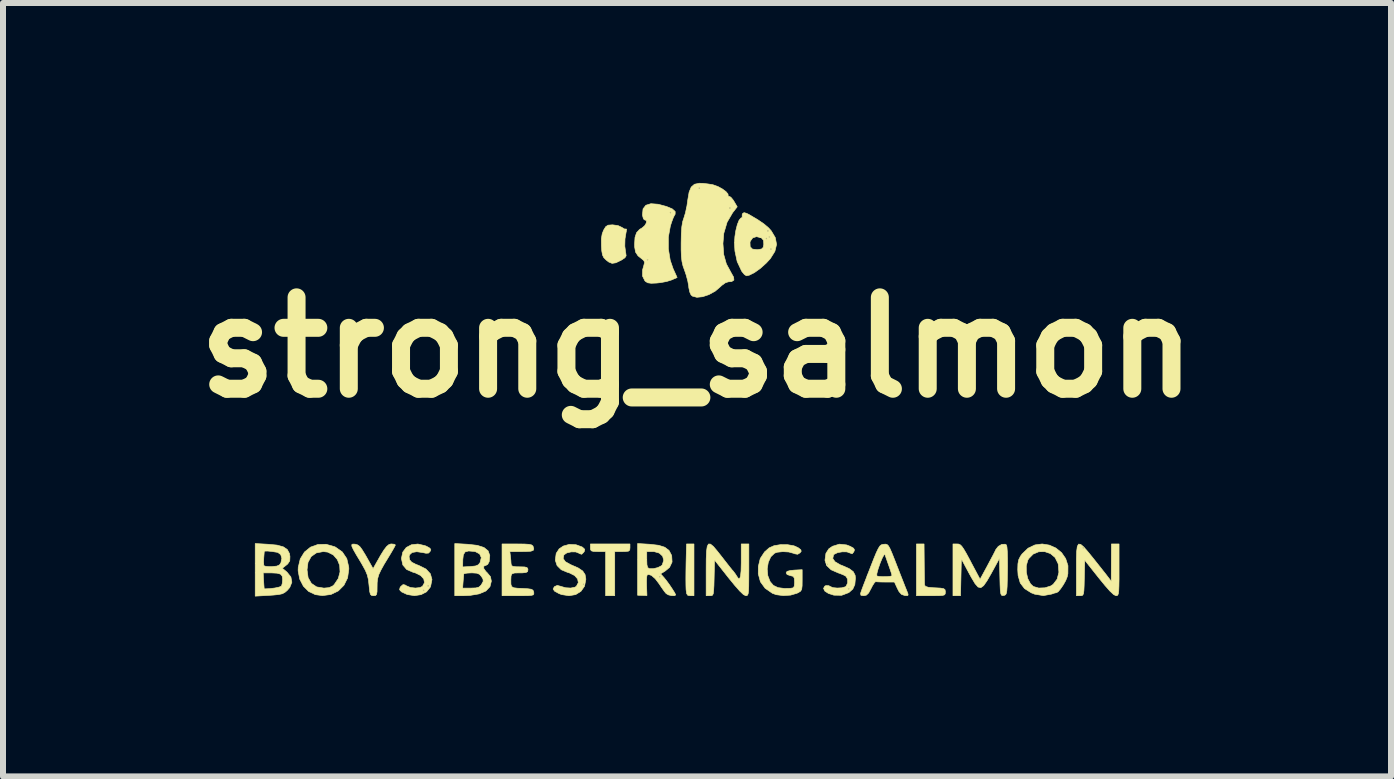
<source format=kicad_pcb>
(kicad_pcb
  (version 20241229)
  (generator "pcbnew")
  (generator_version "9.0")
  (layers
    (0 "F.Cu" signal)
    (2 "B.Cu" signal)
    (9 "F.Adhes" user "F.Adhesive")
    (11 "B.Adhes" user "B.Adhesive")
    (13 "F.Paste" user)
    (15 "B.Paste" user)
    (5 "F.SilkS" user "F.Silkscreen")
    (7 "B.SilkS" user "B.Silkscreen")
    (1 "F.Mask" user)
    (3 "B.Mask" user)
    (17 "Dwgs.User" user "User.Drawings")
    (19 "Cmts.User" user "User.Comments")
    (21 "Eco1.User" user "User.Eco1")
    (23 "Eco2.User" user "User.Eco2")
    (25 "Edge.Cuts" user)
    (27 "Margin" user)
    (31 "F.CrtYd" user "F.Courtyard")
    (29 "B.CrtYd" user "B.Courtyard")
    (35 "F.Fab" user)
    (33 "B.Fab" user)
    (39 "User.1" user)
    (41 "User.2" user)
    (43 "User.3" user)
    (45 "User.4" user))
  (footprint "strong_salmon"
    (layer "F.Cu")
    (at 8.571 2.742)
    (property "Reference" "strong_salmon" (at 0 0 0) (layer "F.SilkS") (effects (font (size 1.524 1.524) (thickness 0.3))))
    (attr through_hole)
    (fp_poly (pts (xy -0.051 4.14) (xy -0.113 4.14) (xy -0.153 4.134) (xy -0.173 4.106) (xy -0.182 4.044) (xy -0.183 4.032) (xy -0.185 3.965) (xy -0.186 3.86) (xy -0.185 3.734) (xy -0.183 3.6) (xy -0.175 3.277) (xy -0.051 3.277) (xy -0.051 4.14)) (stroke (width 0.01) (type solid)) (fill yes) (layer "F.SilkS"))
    (fp_poly (pts (xy -1.118 3.34) (xy -1.122 3.378) (xy -1.143 3.397) (xy -1.194 3.403) (xy -1.245 3.404) (xy -1.372 3.404) (xy -1.372 4.14) (xy -1.524 4.14) (xy -1.524 3.404) (xy -1.651 3.404) (xy -1.726 3.402) (xy -1.764 3.391) (xy -1.777 3.366) (xy -1.778 3.34) (xy -1.778 3.277) (xy -1.118 3.277) (xy -1.118 3.34)) (stroke (width 0.01) (type solid)) (fill yes) (layer "F.SilkS"))
    (fp_poly (pts (xy 3.788 3.6) (xy 3.789 3.726) (xy 3.791 3.836) (xy 3.792 3.918) (xy 3.794 3.961) (xy 3.794 3.962) (xy 3.809 3.984) (xy 3.856 3.999) (xy 3.942 4.007) (xy 3.969 4.008) (xy 4.06 4.013) (xy 4.111 4.022) (xy 4.134 4.038) (xy 4.14 4.067) (xy 4.14 4.078) (xy 4.138 4.107) (xy 4.127 4.125) (xy 4.095 4.135) (xy 4.035 4.139) (xy 3.937 4.14) (xy 3.899 4.14) (xy 3.658 4.14) (xy 3.658 3.277) (xy 3.785 3.277) (xy 3.788 3.6)) (stroke (width 0.01) (type solid)) (fill yes) (layer "F.SilkS"))
    (fp_poly (pts (xy -1.404 -2.043) (xy -1.317 -2.031) (xy -1.253 -2.001) (xy -1.25 -1.999) (xy -1.207 -1.973) (xy -1.182 -1.975) (xy -1.174 -1.968) (xy -1.181 -1.925) (xy -1.183 -1.918) (xy -1.201 -1.809) (xy -1.204 -1.688) (xy -1.19 -1.582) (xy -1.188 -1.573) (xy -1.182 -1.528) (xy -1.202 -1.495) (xy -1.257 -1.458) (xy -1.268 -1.452) (xy -1.353 -1.411) (xy -1.416 -1.401) (xy -1.473 -1.424) (xy -1.515 -1.457) (xy -1.554 -1.496) (xy -1.576 -1.541) (xy -1.588 -1.607) (xy -1.594 -1.692) (xy -1.595 -1.81) (xy -1.581 -1.895) (xy -1.557 -1.956) (xy -1.522 -2.013) (xy -1.483 -2.038) (xy -1.418 -2.043) (xy -1.404 -2.043)) (stroke (width 0.01) (type solid)) (fill yes) (layer "F.SilkS"))
    (fp_poly (pts (xy -6.042 3.323) (xy -6.029 3.329) (xy -5.914 3.41) (xy -5.839 3.522) (xy -5.807 3.661) (xy -5.805 3.694) (xy -5.826 3.843) (xy -5.887 3.966) (xy -5.981 4.06) (xy -6.103 4.119) (xy -6.245 4.138) (xy -6.363 4.122) (xy -6.474 4.07) (xy -6.563 3.981) (xy -6.624 3.863) (xy -6.65 3.729) (xy -6.65 3.708) (xy -6.502 3.708) (xy -6.484 3.839) (xy -6.43 3.934) (xy -6.342 3.993) (xy -6.221 4.013) (xy -6.133 4.005) (xy -6.074 3.977) (xy -6.049 3.954) (xy -5.981 3.853) (xy -5.952 3.743) (xy -5.958 3.634) (xy -5.997 3.537) (xy -6.064 3.46) (xy -6.157 3.413) (xy -6.231 3.404) (xy -6.347 3.426) (xy -6.433 3.487) (xy -6.486 3.584) (xy -6.502 3.708) (xy -6.65 3.708) (xy -6.649 3.669) (xy -6.615 3.526) (xy -6.545 3.412) (xy -6.444 3.33) (xy -6.322 3.286) (xy -6.185 3.282) (xy -6.042 3.323)) (stroke (width 0.01) (type solid)) (fill yes) (layer "F.SilkS"))
    (fp_poly (pts (xy 0.864 3.708) (xy 0.863 3.866) (xy 0.862 3.979) (xy 0.859 4.056) (xy 0.853 4.104) (xy 0.843 4.129) (xy 0.829 4.139) (xy 0.813 4.14) (xy 0.774 4.121) (xy 0.712 4.062) (xy 0.625 3.963) (xy 0.527 3.843) (xy 0.292 3.545) (xy 0.285 3.843) (xy 0.282 3.969) (xy 0.277 4.054) (xy 0.271 4.104) (xy 0.259 4.13) (xy 0.24 4.139) (xy 0.215 4.14) (xy 0.152 4.14) (xy 0.152 3.708) (xy 0.153 3.531) (xy 0.158 3.401) (xy 0.17 3.318) (xy 0.191 3.278) (xy 0.224 3.279) (xy 0.273 3.319) (xy 0.338 3.396) (xy 0.409 3.486) (xy 0.48 3.577) (xy 0.541 3.655) (xy 0.586 3.711) (xy 0.603 3.729) (xy 0.642 3.781) (xy 0.661 3.812) (xy 0.69 3.854) (xy 0.711 3.855) (xy 0.725 3.813) (xy 0.734 3.727) (xy 0.737 3.592) (xy 0.737 3.569) (xy 0.737 3.277) (xy 0.864 3.277) (xy 0.864 3.708)) (stroke (width 0.01) (type solid)) (fill yes) (layer "F.SilkS"))
    (fp_poly (pts (xy -5.045 3.282) (xy -5.029 3.294) (xy -5.042 3.322) (xy -5.075 3.381) (xy -5.123 3.462) (xy -5.14 3.49) (xy -5.218 3.618) (xy -5.271 3.714) (xy -5.306 3.789) (xy -5.325 3.856) (xy -5.333 3.923) (xy -5.334 3.987) (xy -5.335 4.072) (xy -5.343 4.118) (xy -5.361 4.137) (xy -5.394 4.14) (xy -5.425 4.136) (xy -5.445 4.118) (xy -5.457 4.073) (xy -5.466 3.991) (xy -5.469 3.962) (xy -5.479 3.87) (xy -5.498 3.793) (xy -5.53 3.716) (xy -5.583 3.62) (xy -5.611 3.572) (xy -5.683 3.453) (xy -5.73 3.37) (xy -5.754 3.318) (xy -5.757 3.29) (xy -5.741 3.279) (xy -5.708 3.28) (xy -5.699 3.281) (xy -5.66 3.292) (xy -5.623 3.319) (xy -5.583 3.373) (xy -5.529 3.461) (xy -5.513 3.489) (xy -5.401 3.689) (xy -5.348 3.595) (xy -5.275 3.466) (xy -5.219 3.376) (xy -5.175 3.319) (xy -5.138 3.288) (xy -5.104 3.277) (xy -5.093 3.277) (xy -5.045 3.282)) (stroke (width 0.01) (type solid)) (fill yes) (layer "F.SilkS"))
    (fp_poly (pts (xy 7.036 3.708) (xy 7.036 3.866) (xy 7.034 3.979) (xy 7.031 4.056) (xy 7.025 4.104) (xy 7.015 4.129) (xy 7.001 4.139) (xy 6.985 4.14) (xy 6.946 4.121) (xy 6.884 4.063) (xy 6.797 3.964) (xy 6.699 3.844) (xy 6.464 3.548) (xy 6.457 3.844) (xy 6.454 3.97) (xy 6.45 4.054) (xy 6.443 4.105) (xy 6.431 4.13) (xy 6.412 4.139) (xy 6.387 4.14) (xy 6.325 4.14) (xy 6.325 3.708) (xy 6.325 3.53) (xy 6.329 3.4) (xy 6.337 3.34) (xy 6.426 3.34) (xy 6.439 3.353) (xy 6.452 3.34) (xy 6.439 3.327) (xy 6.426 3.34) (xy 6.337 3.34) (xy 6.34 3.317) (xy 6.362 3.279) (xy 6.397 3.284) (xy 6.449 3.329) (xy 6.522 3.413) (xy 6.619 3.533) (xy 6.62 3.534) (xy 6.697 3.631) (xy 6.769 3.722) (xy 6.825 3.793) (xy 6.85 3.826) (xy 6.906 3.899) (xy 6.907 3.588) (xy 6.909 3.277) (xy 7.036 3.277) (xy 7.036 3.708)) (stroke (width 0.01) (type solid)) (fill yes) (layer "F.SilkS"))
    (fp_poly (pts (xy 4.359 3.278) (xy 4.386 3.289) (xy 4.413 3.314) (xy 4.446 3.361) (xy 4.49 3.436) (xy 4.55 3.547) (xy 4.579 3.603) (xy 4.719 3.866) (xy 4.834 3.654) (xy 4.888 3.552) (xy 4.937 3.46) (xy 4.972 3.391) (xy 4.981 3.371) (xy 5.023 3.317) (xy 5.08 3.284) (xy 5.136 3.281) (xy 5.159 3.294) (xy 5.167 3.328) (xy 5.173 3.404) (xy 5.176 3.515) (xy 5.177 3.653) (xy 5.176 3.723) (xy 5.173 3.875) (xy 5.17 3.983) (xy 5.165 4.055) (xy 5.157 4.099) (xy 5.146 4.122) (xy 5.129 4.132) (xy 5.113 4.136) (xy 5.089 4.137) (xy 5.073 4.128) (xy 5.063 4.1) (xy 5.056 4.046) (xy 5.052 3.957) (xy 5.049 3.831) (xy 5.042 3.518) (xy 4.906 3.767) (xy 4.834 3.892) (xy 4.778 3.972) (xy 4.731 4.006) (xy 4.685 3.995) (xy 4.635 3.938) (xy 4.573 3.834) (xy 4.534 3.763) (xy 4.407 3.526) (xy 4.393 4.14) (xy 4.267 4.14) (xy 4.267 3.277) (xy 4.328 3.277) (xy 4.359 3.278)) (stroke (width 0.01) (type solid)) (fill yes) (layer "F.SilkS"))
    (fp_poly (pts (xy -2.881 3.278) (xy -2.803 3.283) (xy -2.758 3.293) (xy -2.737 3.31) (xy -2.733 3.317) (xy -2.722 3.359) (xy -2.731 3.384) (xy -2.771 3.398) (xy -2.847 3.403) (xy -2.919 3.404) (xy -3.121 3.404) (xy -3.112 3.473) (xy -3.104 3.549) (xy -3.101 3.6) (xy -3.095 3.633) (xy -3.072 3.65) (xy -3.019 3.657) (xy -2.959 3.658) (xy -2.878 3.66) (xy -2.836 3.669) (xy -2.821 3.691) (xy -2.819 3.708) (xy -2.825 3.738) (xy -2.852 3.753) (xy -2.91 3.759) (xy -2.959 3.759) (xy -3.041 3.761) (xy -3.084 3.774) (xy -3.101 3.808) (xy -3.104 3.875) (xy -3.104 3.886) (xy -3.103 3.95) (xy -3.091 3.987) (xy -3.058 4.007) (xy -2.993 4.015) (xy -2.915 4.018) (xy -2.819 4.024) (xy -2.763 4.032) (xy -2.735 4.048) (xy -2.724 4.074) (xy -2.722 4.083) (xy -2.721 4.108) (xy -2.73 4.125) (xy -2.76 4.134) (xy -2.818 4.139) (xy -2.913 4.14) (xy -2.983 4.14) (xy -3.251 4.14) (xy -3.251 3.277) (xy -3 3.277) (xy -2.881 3.278)) (stroke (width 0.01) (type solid)) (fill yes) (layer "F.SilkS"))
    (fp_poly (pts (xy 5.873 3.296) (xy 5.983 3.345) (xy 6.077 3.421) (xy 6.146 3.521) (xy 6.184 3.639) (xy 6.183 3.773) (xy 6.172 3.824) (xy 6.147 3.887) (xy 6.107 3.958) (xy 6.062 4.024) (xy 6.021 4.073) (xy 5.992 4.09) (xy 5.99 4.09) (xy 5.963 4.095) (xy 5.91 4.113) (xy 5.774 4.138) (xy 5.629 4.114) (xy 5.573 4.092) (xy 5.461 4.022) (xy 5.389 3.928) (xy 5.353 3.804) (xy 5.347 3.706) (xy 5.349 3.641) (xy 5.489 3.641) (xy 5.49 3.749) (xy 5.514 3.855) (xy 5.56 3.942) (xy 5.607 3.986) (xy 5.696 4.012) (xy 5.8 4.008) (xy 5.898 3.977) (xy 5.938 3.95) (xy 6.004 3.863) (xy 6.033 3.749) (xy 6.023 3.62) (xy 6.018 3.601) (xy 5.969 3.502) (xy 5.891 3.437) (xy 5.797 3.405) (xy 5.697 3.407) (xy 5.604 3.446) (xy 5.53 3.522) (xy 5.515 3.548) (xy 5.489 3.641) (xy 5.349 3.641) (xy 5.35 3.608) (xy 5.363 3.54) (xy 5.392 3.482) (xy 5.42 3.443) (xy 5.52 3.347) (xy 5.634 3.293) (xy 5.754 3.277) (xy 5.873 3.296)) (stroke (width 0.01) (type solid)) (fill yes) (layer "F.SilkS"))
    (fp_poly (pts (xy 1.51 3.289) (xy 1.617 3.308) (xy 1.684 3.338) (xy 1.73 3.373) (xy 1.737 3.399) (xy 1.717 3.425) (xy 1.678 3.449) (xy 1.629 3.441) (xy 1.613 3.434) (xy 1.53 3.411) (xy 1.43 3.405) (xy 1.338 3.415) (xy 1.294 3.43) (xy 1.23 3.491) (xy 1.188 3.583) (xy 1.17 3.693) (xy 1.18 3.806) (xy 1.219 3.905) (xy 1.273 3.968) (xy 1.35 4.005) (xy 1.457 4.019) (xy 1.556 4.017) (xy 1.601 4.009) (xy 1.621 3.983) (xy 1.626 3.923) (xy 1.626 3.913) (xy 1.622 3.848) (xy 1.603 3.817) (xy 1.56 3.806) (xy 1.556 3.805) (xy 1.502 3.787) (xy 1.486 3.759) (xy 1.501 3.734) (xy 1.553 3.72) (xy 1.619 3.713) (xy 1.753 3.706) (xy 1.753 3.882) (xy 1.752 3.975) (xy 1.745 4.031) (xy 1.728 4.063) (xy 1.693 4.086) (xy 1.666 4.099) (xy 1.56 4.13) (xy 1.437 4.138) (xy 1.321 4.123) (xy 1.257 4.1) (xy 1.135 4.015) (xy 1.057 3.908) (xy 1.021 3.775) (xy 1.022 3.653) (xy 1.054 3.52) (xy 1.126 3.41) (xy 1.203 3.342) (xy 1.284 3.306) (xy 1.393 3.288) (xy 1.51 3.289)) (stroke (width 0.01) (type solid)) (fill yes) (layer "F.SilkS"))
    (fp_poly (pts (xy -3.822 3.282) (xy -3.664 3.3) (xy -3.552 3.336) (xy -3.483 3.392) (xy -3.455 3.47) (xy -3.465 3.571) (xy -3.49 3.618) (xy -3.516 3.632) (xy -3.555 3.647) (xy -3.556 3.685) (xy -3.521 3.735) (xy -3.501 3.754) (xy -3.444 3.822) (xy -3.429 3.897) (xy -3.452 3.989) (xy -3.52 4.061) (xy -3.632 4.109) (xy -3.786 4.135) (xy -3.893 4.14) (xy -4.039 4.14) (xy -4.039 4.013) (xy -3.908 4.013) (xy -3.771 4.013) (xy -3.687 4.01) (xy -3.636 3.996) (xy -3.602 3.965) (xy -3.592 3.95) (xy -3.565 3.9) (xy -3.569 3.861) (xy -3.592 3.823) (xy -3.626 3.783) (xy -3.673 3.764) (xy -3.75 3.759) (xy -3.76 3.759) (xy -3.833 3.763) (xy -3.88 3.771) (xy -3.889 3.778) (xy -3.892 3.814) (xy -3.898 3.879) (xy -3.9 3.905) (xy -3.908 4.013) (xy -4.039 4.013) (xy -4.039 3.66) (xy -3.907 3.66) (xy -3.777 3.653) (xy -3.694 3.644) (xy -3.647 3.625) (xy -3.618 3.589) (xy -3.616 3.584) (xy -3.597 3.504) (xy -3.625 3.443) (xy -3.694 3.406) (xy -3.711 3.402) (xy -3.808 3.394) (xy -3.867 3.41) (xy -3.896 3.458) (xy -3.905 3.538) (xy -3.907 3.66) (xy -4.039 3.66) (xy -4.039 3.27) (xy -3.822 3.282)) (stroke (width 0.01) (type solid)) (fill yes) (layer "F.SilkS"))
    (fp_poly (pts (xy -2.017 3.29) (xy -1.918 3.326) (xy -1.907 3.333) (xy -1.872 3.366) (xy -1.878 3.399) (xy -1.89 3.417) (xy -1.923 3.449) (xy -1.956 3.439) (xy -1.964 3.433) (xy -2.021 3.41) (xy -2.098 3.409) (xy -2.171 3.426) (xy -2.219 3.459) (xy -2.22 3.461) (xy -2.232 3.519) (xy -2.195 3.573) (xy -2.107 3.622) (xy -2.095 3.627) (xy -1.979 3.678) (xy -1.906 3.728) (xy -1.867 3.786) (xy -1.854 3.859) (xy -1.854 3.87) (xy -1.876 3.982) (xy -1.935 4.066) (xy -2.023 4.121) (xy -2.134 4.14) (xy -2.257 4.121) (xy -2.302 4.104) (xy -2.375 4.064) (xy -2.399 4.028) (xy -2.379 3.991) (xy -2.374 3.987) (xy -2.33 3.968) (xy -2.273 3.983) (xy -2.271 3.984) (xy -2.191 4.007) (xy -2.106 4.012) (xy -2.036 3.998) (xy -2.012 3.983) (xy -1.994 3.95) (xy -1.905 3.95) (xy -1.892 3.962) (xy -1.88 3.95) (xy -1.892 3.937) (xy -1.905 3.95) (xy -1.994 3.95) (xy -1.979 3.922) (xy -1.991 3.86) (xy -2.042 3.803) (xy -2.127 3.76) (xy -2.161 3.75) (xy -2.263 3.707) (xy -2.333 3.638) (xy -2.362 3.551) (xy -2.362 3.54) (xy -2.348 3.434) (xy -2.299 3.359) (xy -2.23 3.312) (xy -2.13 3.284) (xy -2.017 3.29)) (stroke (width 0.01) (type solid)) (fill yes) (layer "F.SilkS"))
    (fp_poly (pts (xy -0.786 3.282) (xy -0.64 3.299) (xy -0.537 3.332) (xy -0.467 3.385) (xy -0.426 3.463) (xy -0.422 3.477) (xy -0.416 3.578) (xy -0.458 3.667) (xy -0.532 3.729) (xy -0.607 3.775) (xy -0.551 3.837) (xy -0.51 3.888) (xy -0.46 3.956) (xy -0.412 4.028) (xy -0.374 4.088) (xy -0.356 4.124) (xy -0.356 4.127) (xy -0.376 4.14) (xy -0.423 4.139) (xy -0.477 4.126) (xy -0.515 4.104) (xy -0.548 4.064) (xy -0.595 3.997) (xy -0.633 3.94) (xy -0.697 3.856) (xy -0.735 3.823) (xy -0.635 3.823) (xy -0.622 3.835) (xy -0.61 3.823) (xy -0.622 3.81) (xy -0.635 3.823) (xy -0.735 3.823) (xy -0.758 3.802) (xy -0.809 3.785) (xy -0.832 3.795) (xy -0.839 3.826) (xy -0.842 3.893) (xy -0.841 3.973) (xy -0.835 4.137) (xy -0.913 4.135) (xy -0.991 4.132) (xy -0.991 3.404) (xy -0.838 3.404) (xy -0.838 3.541) (xy -0.835 3.625) (xy -0.823 3.67) (xy -0.797 3.688) (xy -0.794 3.689) (xy -0.728 3.689) (xy -0.654 3.671) (xy -0.596 3.642) (xy -0.58 3.626) (xy -0.555 3.549) (xy -0.574 3.48) (xy -0.63 3.429) (xy -0.717 3.404) (xy -0.738 3.404) (xy -0.838 3.404) (xy -0.991 3.404) (xy -0.991 3.27) (xy -0.786 3.282)) (stroke (width 0.01) (type solid)) (fill yes) (layer "F.SilkS"))
    (fp_poly (pts (xy -0.648 -2.387) (xy -0.51 -2.35) (xy -0.412 -2.309) (xy -0.364 -2.265) (xy -0.365 -2.219) (xy -0.376 -2.203) (xy -0.396 -2.163) (xy -0.423 -2.091) (xy -0.445 -2.022) (xy -0.478 -1.839) (xy -0.478 -1.643) (xy -0.447 -1.453) (xy -0.399 -1.313) (xy -0.332 -1.165) (xy -0.426 -1.124) (xy -0.506 -1.099) (xy -0.608 -1.08) (xy -0.673 -1.073) (xy -0.764 -1.069) (xy -0.821 -1.077) (xy -0.858 -1.099) (xy -0.87 -1.111) (xy -0.909 -1.19) (xy -0.908 -1.292) (xy -0.888 -1.363) (xy -0.874 -1.418) (xy -0.89 -1.452) (xy -0.901 -1.46) (xy -0.838 -1.46) (xy -0.826 -1.448) (xy -0.813 -1.46) (xy -0.826 -1.473) (xy -0.838 -1.46) (xy -0.901 -1.46) (xy -0.907 -1.465) (xy -0.984 -1.527) (xy -1.025 -1.589) (xy -1.04 -1.674) (xy -1.041 -1.721) (xy -1.034 -1.835) (xy -1.008 -1.913) (xy -0.957 -1.968) (xy -0.915 -1.993) (xy -0.873 -2.029) (xy -0.847 -2.072) (xy -0.843 -2.11) (xy -0.866 -2.126) (xy -0.875 -2.125) (xy -0.894 -2.145) (xy -0.908 -2.198) (xy -0.91 -2.216) (xy -0.906 -2.248) (xy -0.457 -2.248) (xy -0.445 -2.235) (xy -0.432 -2.248) (xy -0.445 -2.261) (xy -0.457 -2.248) (xy -0.906 -2.248) (xy -0.9 -2.31) (xy -0.853 -2.37) (xy -0.769 -2.396) (xy -0.648 -2.387)) (stroke (width 0.01) (type solid)) (fill yes) (layer "F.SilkS"))
    (fp_poly (pts (xy -7.15 3.282) (xy -7.002 3.296) (xy -6.897 3.325) (xy -6.831 3.37) (xy -6.795 3.437) (xy -6.787 3.486) (xy -6.79 3.558) (xy -6.824 3.61) (xy -6.847 3.629) (xy -6.914 3.682) (xy -6.835 3.748) (xy -6.771 3.828) (xy -6.755 3.915) (xy -6.79 4.002) (xy -6.831 4.05) (xy -6.871 4.084) (xy -6.914 4.107) (xy -6.973 4.12) (xy -7.061 4.129) (xy -7.136 4.134) (xy -7.366 4.147) (xy -7.366 3.759) (xy -7.233 3.759) (xy -7.226 3.893) (xy -7.221 3.967) (xy -7.217 4.015) (xy -7.216 4.026) (xy -7.126 4.022) (xy -7.037 4.011) (xy -6.967 3.996) (xy -6.93 3.98) (xy -6.928 3.979) (xy -6.915 3.934) (xy -6.909 3.87) (xy -6.916 3.814) (xy -6.944 3.78) (xy -7.003 3.764) (xy -7.101 3.759) (xy -7.111 3.759) (xy -7.233 3.759) (xy -7.366 3.759) (xy -7.366 3.597) (xy -7.227 3.597) (xy -7.221 3.639) (xy -7.221 3.64) (xy -7.191 3.65) (xy -7.128 3.655) (xy -7.086 3.654) (xy -7.006 3.646) (xy -6.961 3.626) (xy -6.938 3.592) (xy -6.922 3.517) (xy -6.941 3.454) (xy -6.99 3.418) (xy -6.994 3.417) (xy -7.082 3.403) (xy -7.157 3.395) (xy -7.205 3.396) (xy -7.215 3.402) (xy -7.224 3.515) (xy -7.227 3.597) (xy -7.366 3.597) (xy -7.366 3.27) (xy -7.15 3.282)) (stroke (width 0.01) (type solid)) (fill yes) (layer "F.SilkS"))
    (fp_poly (pts (xy -4.536 3.305) (xy -4.507 3.317) (xy -4.453 3.348) (xy -4.438 3.375) (xy -4.45 3.401) (xy -4.476 3.429) (xy -4.519 3.432) (xy -4.571 3.421) (xy -4.672 3.406) (xy -4.75 3.419) (xy -4.793 3.458) (xy -4.801 3.49) (xy -4.791 3.542) (xy -4.757 3.581) (xy -4.687 3.617) (xy -4.639 3.635) (xy -4.519 3.695) (xy -4.446 3.774) (xy -4.419 3.87) (xy -4.441 3.98) (xy -4.45 4.001) (xy -4.51 4.075) (xy -4.601 4.122) (xy -4.711 4.139) (xy -4.826 4.121) (xy -4.85 4.112) (xy -4.928 4.075) (xy -4.949 4.051) (xy -4.572 4.051) (xy -4.559 4.064) (xy -4.547 4.051) (xy -4.559 4.039) (xy -4.572 4.051) (xy -4.949 4.051) (xy -4.96 4.04) (xy -4.95 4.001) (xy -4.938 3.985) (xy -4.901 3.954) (xy -4.866 3.961) (xy -4.843 3.976) (xy -4.777 4.003) (xy -4.695 4.012) (xy -4.62 4.004) (xy -4.577 3.983) (xy -4.573 3.975) (xy -4.496 3.975) (xy -4.483 3.988) (xy -4.47 3.975) (xy -4.483 3.962) (xy -4.496 3.975) (xy -4.573 3.975) (xy -4.544 3.922) (xy -4.556 3.86) (xy -4.608 3.803) (xy -4.695 3.76) (xy -4.737 3.748) (xy -4.841 3.703) (xy -4.905 3.627) (xy -4.928 3.522) (xy -4.928 3.516) (xy -4.906 3.413) (xy -4.848 3.336) (xy -4.761 3.29) (xy -4.654 3.278) (xy -4.536 3.305)) (stroke (width 0.01) (type solid)) (fill yes) (layer "F.SilkS"))
    (fp_poly (pts (xy 2.493 3.293) (xy 2.555 3.317) (xy 2.61 3.348) (xy 2.625 3.376) (xy 2.614 3.408) (xy 2.586 3.441) (xy 2.553 3.429) (xy 2.553 3.429) (xy 2.499 3.409) (xy 2.422 3.408) (xy 2.345 3.421) (xy 2.288 3.448) (xy 2.276 3.461) (xy 2.263 3.519) (xy 2.3 3.573) (xy 2.387 3.624) (xy 2.428 3.64) (xy 2.538 3.689) (xy 2.605 3.739) (xy 2.636 3.799) (xy 2.641 3.846) (xy 2.631 3.954) (xy 2.597 4.029) (xy 2.533 4.086) (xy 2.528 4.089) (xy 2.411 4.133) (xy 2.282 4.131) (xy 2.191 4.102) (xy 2.131 4.063) (xy 2.113 4.026) (xy 2.515 4.026) (xy 2.527 4.039) (xy 2.54 4.026) (xy 2.527 4.013) (xy 2.515 4.026) (xy 2.113 4.026) (xy 2.109 4.019) (xy 2.128 3.982) (xy 2.148 3.971) (xy 2.198 3.973) (xy 2.217 3.984) (xy 2.264 4.005) (xy 2.338 4.012) (xy 2.415 4.008) (xy 2.473 3.991) (xy 2.484 3.983) (xy 2.511 3.928) (xy 2.51 3.863) (xy 2.483 3.816) (xy 2.439 3.792) (xy 2.371 3.765) (xy 2.357 3.761) (xy 2.236 3.708) (xy 2.163 3.639) (xy 2.156 3.619) (xy 2.159 3.619) (xy 2.172 3.632) (xy 2.184 3.619) (xy 2.172 3.607) (xy 2.159 3.619) (xy 2.156 3.619) (xy 2.134 3.554) (xy 2.134 3.54) (xy 2.149 3.433) (xy 2.198 3.357) (xy 2.26 3.315) (xy 2.374 3.28) (xy 2.493 3.293)) (stroke (width 0.01) (type solid)) (fill yes) (layer "F.SilkS"))
    (fp_poly (pts (xy 3.169 3.287) (xy 3.191 3.308) (xy 3.216 3.352) (xy 3.248 3.425) (xy 3.292 3.535) (xy 3.327 3.625) (xy 3.378 3.756) (xy 3.426 3.878) (xy 3.465 3.978) (xy 3.492 4.045) (xy 3.498 4.059) (xy 3.519 4.115) (xy 3.515 4.137) (xy 3.479 4.138) (xy 3.462 4.136) (xy 3.409 4.118) (xy 3.368 4.072) (xy 3.341 4.02) (xy 3.291 3.912) (xy 3.144 3.912) (xy 3.061 3.911) (xy 3 3.908) (xy 2.978 3.905) (xy 2.958 3.922) (xy 2.925 3.973) (xy 2.901 4.02) (xy 2.861 4.094) (xy 2.824 4.13) (xy 2.78 4.14) (xy 2.779 4.14) (xy 2.733 4.134) (xy 2.726 4.105) (xy 2.732 4.083) (xy 2.747 4.04) (xy 2.777 3.96) (xy 2.819 3.852) (xy 2.836 3.806) (xy 2.996 3.806) (xy 2.998 3.81) (xy 3.035 3.819) (xy 3.097 3.822) (xy 3.166 3.821) (xy 3.223 3.816) (xy 3.251 3.806) (xy 3.251 3.805) (xy 3.243 3.773) (xy 3.222 3.708) (xy 3.198 3.64) (xy 3.168 3.555) (xy 3.144 3.486) (xy 3.133 3.454) (xy 3.119 3.458) (xy 3.093 3.501) (xy 3.06 3.578) (xy 3.049 3.607) (xy 3.018 3.697) (xy 2.999 3.768) (xy 2.996 3.806) (xy 2.836 3.806) (xy 2.868 3.725) (xy 2.894 3.658) (xy 2.949 3.518) (xy 2.99 3.419) (xy 3.022 3.353) (xy 3.047 3.313) (xy 3.071 3.292) (xy 3.098 3.284) (xy 3.115 3.282) (xy 3.145 3.28) (xy 3.169 3.287)) (stroke (width 0.01) (type solid)) (fill yes) (layer "F.SilkS"))
    (fp_poly (pts (xy 0.102 -2.735) (xy 0.185 -2.725) (xy 0.256 -2.714) (xy 0.271 -2.71) (xy 0.349 -2.682) (xy 0.424 -2.641) (xy 0.484 -2.596) (xy 0.517 -2.556) (xy 0.518 -2.535) (xy 0.523 -2.519) (xy 0.533 -2.52) (xy 0.563 -2.505) (xy 0.602 -2.458) (xy 0.616 -2.436) (xy 0.67 -2.344) (xy 0.593 -2.245) (xy 0.501 -2.087) (xy 0.446 -1.901) (xy 0.432 -1.732) (xy 0.445 -1.548) (xy 0.489 -1.392) (xy 0.567 -1.248) (xy 0.567 -1.248) (xy 0.61 -1.171) (xy 0.615 -1.123) (xy 0.578 -1.098) (xy 0.519 -1.093) (xy 0.469 -1.075) (xy 0.409 -1.031) (xy 0.392 -1.014) (xy 0.302 -0.937) (xy 0.198 -0.88) (xy 0.093 -0.845) (xy -0.002 -0.835) (xy -0.075 -0.854) (xy -0.1 -0.875) (xy -0.121 -0.922) (xy -0.137 -0.995) (xy -0.139 -1.021) (xy -0.154 -1.106) (xy -0.182 -1.21) (xy -0.207 -1.283) (xy -0.234 -1.358) (xy -0.251 -1.432) (xy -0.261 -1.517) (xy -0.265 -1.628) (xy -0.265 -1.74) (xy -0.262 -1.895) (xy -0.254 -2.01) (xy -0.239 -2.098) (xy -0.219 -2.159) (xy -0.193 -2.244) (xy -0.176 -2.324) (xy 0.533 -2.324) (xy 0.546 -2.311) (xy 0.559 -2.324) (xy 0.546 -2.337) (xy 0.533 -2.324) (xy -0.176 -2.324) (xy -0.169 -2.355) (xy -0.154 -2.461) (xy -0.132 -2.589) (xy -0.105 -2.654) (xy 0.025 -2.654) (xy 0.038 -2.642) (xy 0.051 -2.654) (xy 0.038 -2.667) (xy 0.025 -2.654) (xy -0.105 -2.654) (xy -0.097 -2.673) (xy -0.043 -2.72) (xy 0.038 -2.737) (xy 0.102 -2.735)) (stroke (width 0.01) (type solid)) (fill yes) (layer "F.SilkS"))
    (fp_poly (pts (xy 0.828 -2.235) (xy 0.871 -2.213) (xy 1.013 -2.129) (xy 1.118 -2.057) (xy 1.195 -1.991) (xy 1.237 -1.944) (xy 1.305 -1.83) (xy 1.326 -1.717) (xy 1.298 -1.601) (xy 1.222 -1.48) (xy 1.156 -1.408) (xy 1.055 -1.317) (xy 0.957 -1.247) (xy 0.871 -1.204) (xy 0.824 -1.194) (xy 0.791 -1.214) (xy 0.75 -1.263) (xy 0.742 -1.276) (xy 0.669 -1.432) (xy 0.632 -1.606) (xy 0.624 -1.741) (xy 0.625 -1.751) (xy 0.883 -1.751) (xy 0.886 -1.678) (xy 0.924 -1.639) (xy 1 -1.63) (xy 1.016 -1.631) (xy 1.059 -1.638) (xy 1.219 -1.638) (xy 1.232 -1.626) (xy 1.245 -1.638) (xy 1.232 -1.651) (xy 1.219 -1.638) (xy 1.059 -1.638) (xy 1.077 -1.641) (xy 1.104 -1.669) (xy 1.113 -1.719) (xy 1.108 -1.786) (xy 1.082 -1.816) (xy 1.143 -1.816) (xy 1.156 -1.803) (xy 1.168 -1.816) (xy 1.156 -1.829) (xy 1.143 -1.816) (xy 1.082 -1.816) (xy 1.074 -1.825) (xy 1.069 -1.828) (xy 1.014 -1.841) (xy 1.194 -1.841) (xy 1.206 -1.829) (xy 1.219 -1.841) (xy 1.206 -1.854) (xy 1.194 -1.841) (xy 1.014 -1.841) (xy 0.993 -1.847) (xy 0.928 -1.826) (xy 0.888 -1.771) (xy 0.883 -1.751) (xy 0.625 -1.751) (xy 0.631 -1.846) (xy 0.646 -1.943) (xy 1.168 -1.943) (xy 1.181 -1.93) (xy 1.194 -1.943) (xy 1.181 -1.956) (xy 1.168 -1.943) (xy 0.646 -1.943) (xy 0.648 -1.953) (xy 0.672 -2.048) (xy 0.701 -2.12) (xy 0.731 -2.157) (xy 0.74 -2.159) (xy 0.755 -2.173) (xy 0.752 -2.179) (xy 0.753 -2.216) (xy 0.76 -2.232) (xy 0.784 -2.247) (xy 0.828 -2.235)) (stroke (width 0.01) (type solid)) (fill yes) (layer "F.SilkS")))
  (gr_rect
    (start -3 -3)
    (end 20.141 9.894)
    (stroke (width 0.1) (type default))
    (fill no)
    (layer "Edge.Cuts")))
</source>
